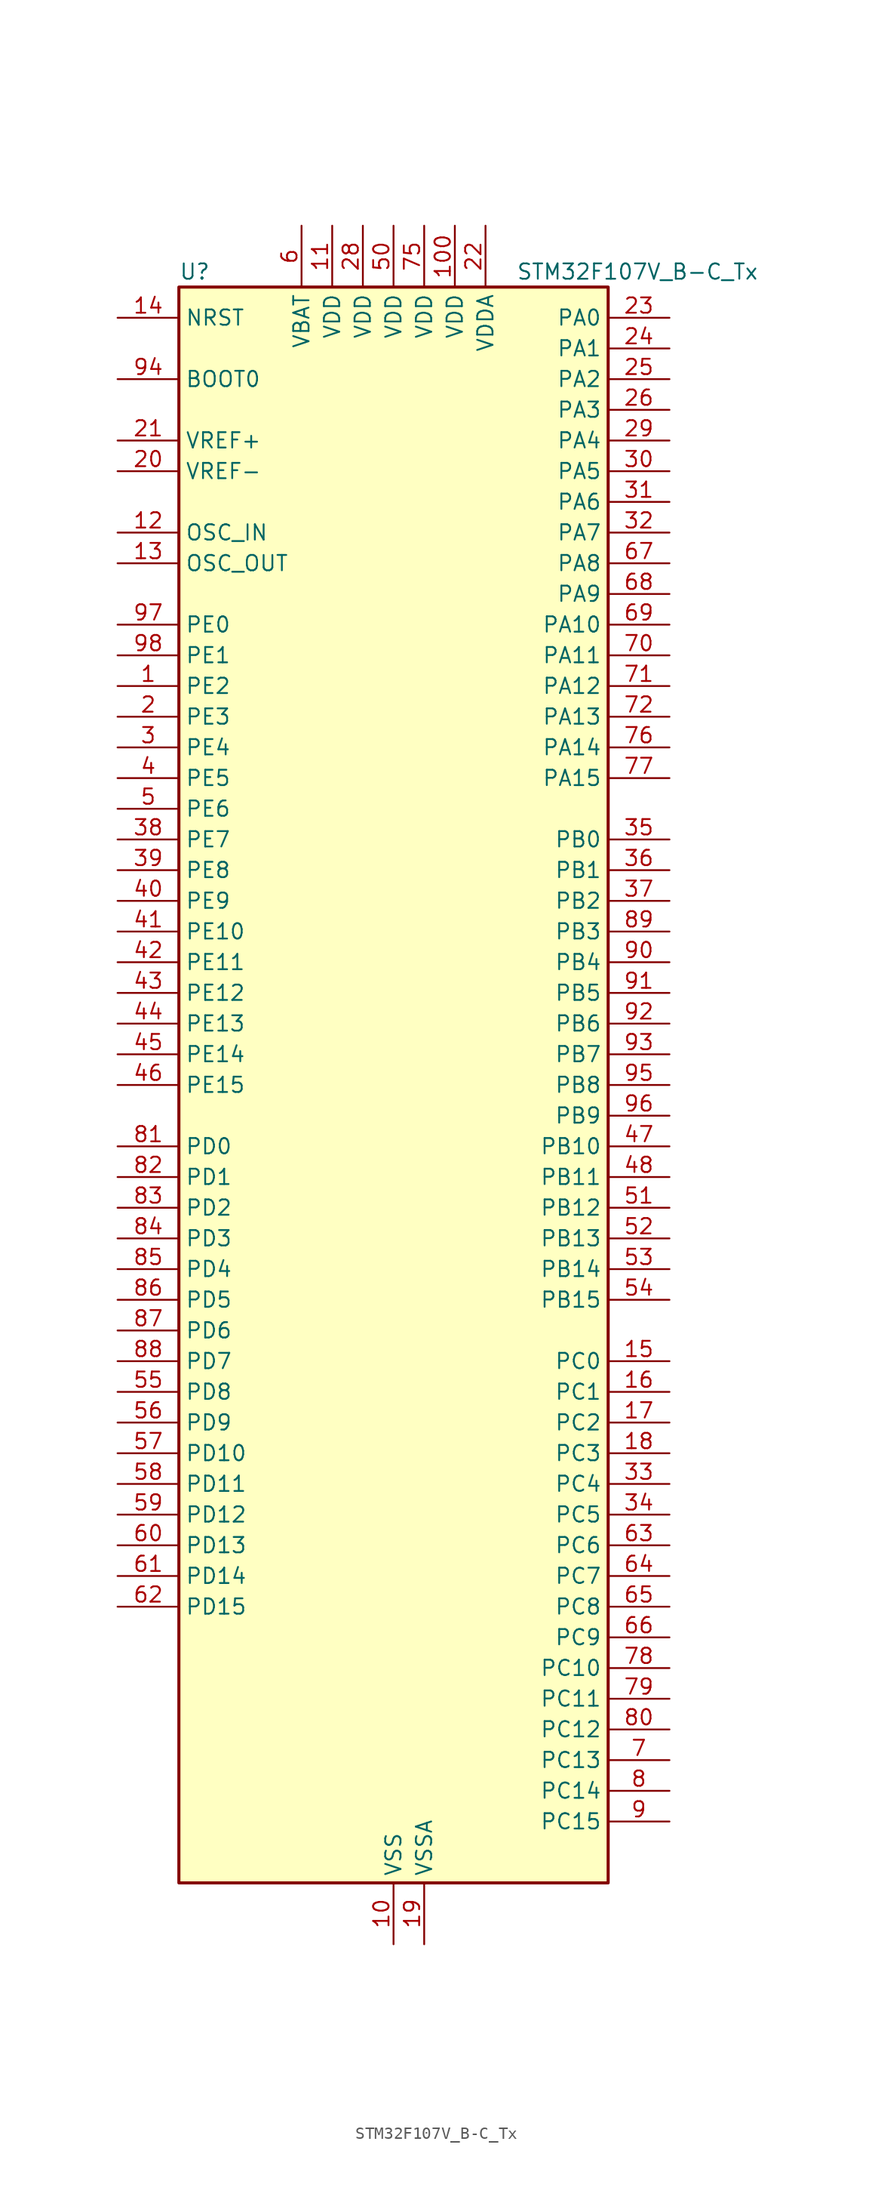
<source format=kicad_sym>
(kicad_symbol_lib
  (version 20220914)
  (generator kicad_symbol_editor)
  (symbol "STM32F107V_B-C_Tx"
    (property "Reference" "U"
      (at -17.78 67.31 0)
      (effects (font (size 1.27 1.27)) (justify left)))
    (property "Value" "STM32F107V_B-C_Tx"
      (at 10.16 67.31 0)
      (effects (font (size 1.27 1.27)) (justify left)))
    (property "ki_locked" ""
      (at 0 0 0)
      (effects (font (size 1.27 1.27))))
    (symbol "STM32F107V_B-C_Tx_0_1"
      (rectangle (start -17.78 -66.04) (end 17.78 66.04) (stroke (width 0.254) (type default)) (fill (type background))))
    (symbol "STM32F107V_B-C_Tx_1_1"
      (pin bidirectional line (at -22.86 33.02 0) (length 5.08) (name "PE2" (effects (font (size 1.27 1.27)))) (number "1" (effects (font (size 1.27 1.27)))) (alternate "SYS_TRACECLK" bidirectional line))
      (pin power_in line (at 0 -71.12 90) (length 5.08) (name "VSS" (effects (font (size 1.27 1.27)))) (number "10" (effects (font (size 1.27 1.27)))))
      (pin power_in line (at 5.08 71.12 270) (length 5.08) (name "VDD" (effects (font (size 1.27 1.27)))) (number "100" (effects (font (size 1.27 1.27)))))
      (pin power_in line (at -5.08 71.12 270) (length 5.08) (name "VDD" (effects (font (size 1.27 1.27)))) (number "11" (effects (font (size 1.27 1.27)))))
      (pin input line (at -22.86 45.72 0) (length 5.08) (name "OSC_IN" (effects (font (size 1.27 1.27)))) (number "12" (effects (font (size 1.27 1.27)))) (alternate "RCC_OSC_IN" bidirectional line))
      (pin input line (at -22.86 43.18 0) (length 5.08) (name "OSC_OUT" (effects (font (size 1.27 1.27)))) (number "13" (effects (font (size 1.27 1.27)))) (alternate "RCC_OSC_OUT" bidirectional line))
      (pin input line (at -22.86 63.5 0) (length 5.08) (name "NRST" (effects (font (size 1.27 1.27)))) (number "14" (effects (font (size 1.27 1.27)))))
      (pin bidirectional line (at 22.86 -22.86 180) (length 5.08) (name "PC0" (effects (font (size 1.27 1.27)))) (number "15" (effects (font (size 1.27 1.27)))) (alternate "ADC1_IN10" bidirectional line) (alternate "ADC2_IN10" bidirectional line))
      (pin bidirectional line (at 22.86 -25.4 180) (length 5.08) (name "PC1" (effects (font (size 1.27 1.27)))) (number "16" (effects (font (size 1.27 1.27)))) (alternate "ADC1_IN11" bidirectional line) (alternate "ADC2_IN11" bidirectional line) (alternate "ETH_MDC" bidirectional line))
      (pin bidirectional line (at 22.86 -27.94 180) (length 5.08) (name "PC2" (effects (font (size 1.27 1.27)))) (number "17" (effects (font (size 1.27 1.27)))) (alternate "ADC1_IN12" bidirectional line) (alternate "ADC2_IN12" bidirectional line) (alternate "ETH_TXD2" bidirectional line))
      (pin bidirectional line (at 22.86 -30.48 180) (length 5.08) (name "PC3" (effects (font (size 1.27 1.27)))) (number "18" (effects (font (size 1.27 1.27)))) (alternate "ADC1_IN13" bidirectional line) (alternate "ADC2_IN13" bidirectional line) (alternate "ETH_TX_CLK" bidirectional line))
      (pin power_in line (at 2.54 -71.12 90) (length 5.08) (name "VSSA" (effects (font (size 1.27 1.27)))) (number "19" (effects (font (size 1.27 1.27)))))
      (pin bidirectional line (at -22.86 30.48 0) (length 5.08) (name "PE3" (effects (font (size 1.27 1.27)))) (number "2" (effects (font (size 1.27 1.27)))) (alternate "SYS_TRACED0" bidirectional line))
      (pin input line (at -22.86 50.8 0) (length 5.08) (name "VREF-" (effects (font (size 1.27 1.27)))) (number "20" (effects (font (size 1.27 1.27)))))
      (pin input line (at -22.86 53.34 0) (length 5.08) (name "VREF+" (effects (font (size 1.27 1.27)))) (number "21" (effects (font (size 1.27 1.27)))))
      (pin power_in line (at 7.62 71.12 270) (length 5.08) (name "VDDA" (effects (font (size 1.27 1.27)))) (number "22" (effects (font (size 1.27 1.27)))))
      (pin bidirectional line (at 22.86 63.5 180) (length 5.08) (name "PA0" (effects (font (size 1.27 1.27)))) (number "23" (effects (font (size 1.27 1.27)))) (alternate "ADC1_IN0" bidirectional line) (alternate "ADC2_IN0" bidirectional line) (alternate "ETH_CRS" bidirectional line) (alternate "SYS_WKUP" bidirectional line) (alternate "TIM2_CH1" bidirectional line) (alternate "TIM2_ETR" bidirectional line) (alternate "TIM5_CH1" bidirectional line) (alternate "USART2_CTS" bidirectional line))
      (pin bidirectional line (at 22.86 60.96 180) (length 5.08) (name "PA1" (effects (font (size 1.27 1.27)))) (number "24" (effects (font (size 1.27 1.27)))) (alternate "ADC1_IN1" bidirectional line) (alternate "ADC2_IN1" bidirectional line) (alternate "ETH_REF_CLK" bidirectional line) (alternate "ETH_RX_CLK" bidirectional line) (alternate "TIM2_CH2" bidirectional line) (alternate "TIM5_CH2" bidirectional line) (alternate "USART2_RTS" bidirectional line))
      (pin bidirectional line (at 22.86 58.42 180) (length 5.08) (name "PA2" (effects (font (size 1.27 1.27)))) (number "25" (effects (font (size 1.27 1.27)))) (alternate "ADC1_IN2" bidirectional line) (alternate "ADC2_IN2" bidirectional line) (alternate "ETH_MDIO" bidirectional line) (alternate "TIM2_CH3" bidirectional line) (alternate "TIM5_CH3" bidirectional line) (alternate "USART2_TX" bidirectional line))
      (pin bidirectional line (at 22.86 55.88 180) (length 5.08) (name "PA3" (effects (font (size 1.27 1.27)))) (number "26" (effects (font (size 1.27 1.27)))) (alternate "ADC1_IN3" bidirectional line) (alternate "ADC2_IN3" bidirectional line) (alternate "ETH_COL" bidirectional line) (alternate "TIM2_CH4" bidirectional line) (alternate "TIM5_CH4" bidirectional line) (alternate "USART2_RX" bidirectional line))
      (pin passive line (at 0 -71.12 90) (length 5.08) hide (name "VSS" (effects (font (size 1.27 1.27)))) (number "27" (effects (font (size 1.27 1.27)))))
      (pin power_in line (at -2.54 71.12 270) (length 5.08) (name "VDD" (effects (font (size 1.27 1.27)))) (number "28" (effects (font (size 1.27 1.27)))))
      (pin bidirectional line (at 22.86 53.34 180) (length 5.08) (name "PA4" (effects (font (size 1.27 1.27)))) (number "29" (effects (font (size 1.27 1.27)))) (alternate "ADC1_IN4" bidirectional line) (alternate "ADC2_IN4" bidirectional line) (alternate "DAC_OUT1" bidirectional line) (alternate "I2S3_WS" bidirectional line) (alternate "SPI1_NSS" bidirectional line) (alternate "SPI3_NSS" bidirectional line) (alternate "USART2_CK" bidirectional line))
      (pin bidirectional line (at -22.86 27.94 0) (length 5.08) (name "PE4" (effects (font (size 1.27 1.27)))) (number "3" (effects (font (size 1.27 1.27)))) (alternate "SYS_TRACED1" bidirectional line))
      (pin bidirectional line (at 22.86 50.8 180) (length 5.08) (name "PA5" (effects (font (size 1.27 1.27)))) (number "30" (effects (font (size 1.27 1.27)))) (alternate "ADC1_IN5" bidirectional line) (alternate "ADC2_IN5" bidirectional line) (alternate "DAC_OUT2" bidirectional line) (alternate "SPI1_SCK" bidirectional line))
      (pin bidirectional line (at 22.86 48.26 180) (length 5.08) (name "PA6" (effects (font (size 1.27 1.27)))) (number "31" (effects (font (size 1.27 1.27)))) (alternate "ADC1_IN6" bidirectional line) (alternate "ADC2_IN6" bidirectional line) (alternate "SPI1_MISO" bidirectional line) (alternate "TIM1_BKIN" bidirectional line) (alternate "TIM3_CH1" bidirectional line))
      (pin bidirectional line (at 22.86 45.72 180) (length 5.08) (name "PA7" (effects (font (size 1.27 1.27)))) (number "32" (effects (font (size 1.27 1.27)))) (alternate "ADC1_IN7" bidirectional line) (alternate "ADC2_IN7" bidirectional line) (alternate "ETH_CRS_DV" bidirectional line) (alternate "ETH_RX_DV" bidirectional line) (alternate "SPI1_MOSI" bidirectional line) (alternate "TIM1_CH1N" bidirectional line) (alternate "TIM3_CH2" bidirectional line))
      (pin bidirectional line (at 22.86 -33.02 180) (length 5.08) (name "PC4" (effects (font (size 1.27 1.27)))) (number "33" (effects (font (size 1.27 1.27)))) (alternate "ADC1_IN14" bidirectional line) (alternate "ADC2_IN14" bidirectional line) (alternate "ETH_RXD0" bidirectional line))
      (pin bidirectional line (at 22.86 -35.56 180) (length 5.08) (name "PC5" (effects (font (size 1.27 1.27)))) (number "34" (effects (font (size 1.27 1.27)))) (alternate "ADC1_IN15" bidirectional line) (alternate "ADC2_IN15" bidirectional line) (alternate "ETH_RXD1" bidirectional line))
      (pin bidirectional line (at 22.86 20.32 180) (length 5.08) (name "PB0" (effects (font (size 1.27 1.27)))) (number "35" (effects (font (size 1.27 1.27)))) (alternate "ADC1_IN8" bidirectional line) (alternate "ADC2_IN8" bidirectional line) (alternate "ETH_RXD2" bidirectional line) (alternate "TIM1_CH2N" bidirectional line) (alternate "TIM3_CH3" bidirectional line))
      (pin bidirectional line (at 22.86 17.78 180) (length 5.08) (name "PB1" (effects (font (size 1.27 1.27)))) (number "36" (effects (font (size 1.27 1.27)))) (alternate "ADC1_IN9" bidirectional line) (alternate "ADC2_IN9" bidirectional line) (alternate "ETH_RXD3" bidirectional line) (alternate "TIM1_CH3N" bidirectional line) (alternate "TIM3_CH4" bidirectional line))
      (pin bidirectional line (at 22.86 15.24 180) (length 5.08) (name "PB2" (effects (font (size 1.27 1.27)))) (number "37" (effects (font (size 1.27 1.27)))))
      (pin bidirectional line (at -22.86 20.32 0) (length 5.08) (name "PE7" (effects (font (size 1.27 1.27)))) (number "38" (effects (font (size 1.27 1.27)))) (alternate "TIM1_ETR" bidirectional line))
      (pin bidirectional line (at -22.86 17.78 0) (length 5.08) (name "PE8" (effects (font (size 1.27 1.27)))) (number "39" (effects (font (size 1.27 1.27)))) (alternate "TIM1_CH1N" bidirectional line))
      (pin bidirectional line (at -22.86 25.4 0) (length 5.08) (name "PE5" (effects (font (size 1.27 1.27)))) (number "4" (effects (font (size 1.27 1.27)))) (alternate "SYS_TRACED2" bidirectional line))
      (pin bidirectional line (at -22.86 15.24 0) (length 5.08) (name "PE9" (effects (font (size 1.27 1.27)))) (number "40" (effects (font (size 1.27 1.27)))) (alternate "DAC_EXTI9" bidirectional line) (alternate "TIM1_CH1" bidirectional line))
      (pin bidirectional line (at -22.86 12.7 0) (length 5.08) (name "PE10" (effects (font (size 1.27 1.27)))) (number "41" (effects (font (size 1.27 1.27)))) (alternate "TIM1_CH2N" bidirectional line))
      (pin bidirectional line (at -22.86 10.16 0) (length 5.08) (name "PE11" (effects (font (size 1.27 1.27)))) (number "42" (effects (font (size 1.27 1.27)))) (alternate "ADC1_EXTI11" bidirectional line) (alternate "ADC2_EXTI11" bidirectional line) (alternate "TIM1_CH2" bidirectional line))
      (pin bidirectional line (at -22.86 7.62 0) (length 5.08) (name "PE12" (effects (font (size 1.27 1.27)))) (number "43" (effects (font (size 1.27 1.27)))) (alternate "TIM1_CH3N" bidirectional line))
      (pin bidirectional line (at -22.86 5.08 0) (length 5.08) (name "PE13" (effects (font (size 1.27 1.27)))) (number "44" (effects (font (size 1.27 1.27)))) (alternate "TIM1_CH3" bidirectional line))
      (pin bidirectional line (at -22.86 2.54 0) (length 5.08) (name "PE14" (effects (font (size 1.27 1.27)))) (number "45" (effects (font (size 1.27 1.27)))) (alternate "TIM1_CH4" bidirectional line))
      (pin bidirectional line (at -22.86 0 0) (length 5.08) (name "PE15" (effects (font (size 1.27 1.27)))) (number "46" (effects (font (size 1.27 1.27)))) (alternate "ADC1_EXTI15" bidirectional line) (alternate "ADC2_EXTI15" bidirectional line) (alternate "TIM1_BKIN" bidirectional line))
      (pin bidirectional line (at 22.86 -5.08 180) (length 5.08) (name "PB10" (effects (font (size 1.27 1.27)))) (number "47" (effects (font (size 1.27 1.27)))) (alternate "ETH_RX_ER" bidirectional line) (alternate "TIM2_CH3" bidirectional line) (alternate "USART3_TX" bidirectional line))
      (pin bidirectional line (at 22.86 -7.62 180) (length 5.08) (name "PB11" (effects (font (size 1.27 1.27)))) (number "48" (effects (font (size 1.27 1.27)))) (alternate "ADC1_EXTI11" bidirectional line) (alternate "ADC2_EXTI11" bidirectional line) (alternate "ETH_TX_EN" bidirectional line) (alternate "TIM2_CH4" bidirectional line) (alternate "USART3_RX" bidirectional line))
      (pin passive line (at 0 -71.12 90) (length 5.08) hide (name "VSS" (effects (font (size 1.27 1.27)))) (number "49" (effects (font (size 1.27 1.27)))))
      (pin bidirectional line (at -22.86 22.86 0) (length 5.08) (name "PE6" (effects (font (size 1.27 1.27)))) (number "5" (effects (font (size 1.27 1.27)))) (alternate "SYS_TRACED3" bidirectional line))
      (pin power_in line (at 0 71.12 270) (length 5.08) (name "VDD" (effects (font (size 1.27 1.27)))) (number "50" (effects (font (size 1.27 1.27)))))
      (pin bidirectional line (at 22.86 -10.16 180) (length 5.08) (name "PB12" (effects (font (size 1.27 1.27)))) (number "51" (effects (font (size 1.27 1.27)))) (alternate "CAN2_RX" bidirectional line) (alternate "ETH_TXD0" bidirectional line) (alternate "I2S2_WS" bidirectional line) (alternate "SPI2_NSS" bidirectional line) (alternate "TIM1_BKIN" bidirectional line) (alternate "USART3_CK" bidirectional line))
      (pin bidirectional line (at 22.86 -12.7 180) (length 5.08) (name "PB13" (effects (font (size 1.27 1.27)))) (number "52" (effects (font (size 1.27 1.27)))) (alternate "CAN2_TX" bidirectional line) (alternate "ETH_TXD1" bidirectional line) (alternate "I2S2_CK" bidirectional line) (alternate "SPI2_SCK" bidirectional line) (alternate "TIM1_CH1N" bidirectional line) (alternate "USART3_CTS" bidirectional line))
      (pin bidirectional line (at 22.86 -15.24 180) (length 5.08) (name "PB14" (effects (font (size 1.27 1.27)))) (number "53" (effects (font (size 1.27 1.27)))) (alternate "SPI2_MISO" bidirectional line) (alternate "TIM1_CH2N" bidirectional line) (alternate "USART3_RTS" bidirectional line))
      (pin bidirectional line (at 22.86 -17.78 180) (length 5.08) (name "PB15" (effects (font (size 1.27 1.27)))) (number "54" (effects (font (size 1.27 1.27)))) (alternate "ADC1_EXTI15" bidirectional line) (alternate "ADC2_EXTI15" bidirectional line) (alternate "I2S2_SD" bidirectional line) (alternate "SPI2_MOSI" bidirectional line) (alternate "TIM1_CH3N" bidirectional line))
      (pin bidirectional line (at -22.86 -25.4 0) (length 5.08) (name "PD8" (effects (font (size 1.27 1.27)))) (number "55" (effects (font (size 1.27 1.27)))) (alternate "ETH_CRS_DV" bidirectional line) (alternate "ETH_RX_DV" bidirectional line) (alternate "USART3_TX" bidirectional line))
      (pin bidirectional line (at -22.86 -27.94 0) (length 5.08) (name "PD9" (effects (font (size 1.27 1.27)))) (number "56" (effects (font (size 1.27 1.27)))) (alternate "DAC_EXTI9" bidirectional line) (alternate "ETH_RXD0" bidirectional line) (alternate "USART3_RX" bidirectional line))
      (pin bidirectional line (at -22.86 -30.48 0) (length 5.08) (name "PD10" (effects (font (size 1.27 1.27)))) (number "57" (effects (font (size 1.27 1.27)))) (alternate "ETH_RXD1" bidirectional line) (alternate "USART3_CK" bidirectional line))
      (pin bidirectional line (at -22.86 -33.02 0) (length 5.08) (name "PD11" (effects (font (size 1.27 1.27)))) (number "58" (effects (font (size 1.27 1.27)))) (alternate "ADC1_EXTI11" bidirectional line) (alternate "ADC2_EXTI11" bidirectional line) (alternate "ETH_RXD2" bidirectional line) (alternate "USART3_CTS" bidirectional line))
      (pin bidirectional line (at -22.86 -35.56 0) (length 5.08) (name "PD12" (effects (font (size 1.27 1.27)))) (number "59" (effects (font (size 1.27 1.27)))) (alternate "ETH_RXD3" bidirectional line) (alternate "TIM4_CH1" bidirectional line) (alternate "USART3_RTS" bidirectional line))
      (pin power_in line (at -7.62 71.12 270) (length 5.08) (name "VBAT" (effects (font (size 1.27 1.27)))) (number "6" (effects (font (size 1.27 1.27)))))
      (pin bidirectional line (at -22.86 -38.1 0) (length 5.08) (name "PD13" (effects (font (size 1.27 1.27)))) (number "60" (effects (font (size 1.27 1.27)))) (alternate "TIM4_CH2" bidirectional line))
      (pin bidirectional line (at -22.86 -40.64 0) (length 5.08) (name "PD14" (effects (font (size 1.27 1.27)))) (number "61" (effects (font (size 1.27 1.27)))) (alternate "TIM4_CH3" bidirectional line))
      (pin bidirectional line (at -22.86 -43.18 0) (length 5.08) (name "PD15" (effects (font (size 1.27 1.27)))) (number "62" (effects (font (size 1.27 1.27)))) (alternate "ADC1_EXTI15" bidirectional line) (alternate "ADC2_EXTI15" bidirectional line) (alternate "TIM4_CH4" bidirectional line))
      (pin bidirectional line (at 22.86 -38.1 180) (length 5.08) (name "PC6" (effects (font (size 1.27 1.27)))) (number "63" (effects (font (size 1.27 1.27)))) (alternate "I2S2_MCK" bidirectional line) (alternate "TIM3_CH1" bidirectional line))
      (pin bidirectional line (at 22.86 -40.64 180) (length 5.08) (name "PC7" (effects (font (size 1.27 1.27)))) (number "64" (effects (font (size 1.27 1.27)))) (alternate "I2S3_MCK" bidirectional line) (alternate "TIM3_CH2" bidirectional line))
      (pin bidirectional line (at 22.86 -43.18 180) (length 5.08) (name "PC8" (effects (font (size 1.27 1.27)))) (number "65" (effects (font (size 1.27 1.27)))) (alternate "TIM3_CH3" bidirectional line))
      (pin bidirectional line (at 22.86 -45.72 180) (length 5.08) (name "PC9" (effects (font (size 1.27 1.27)))) (number "66" (effects (font (size 1.27 1.27)))) (alternate "DAC_EXTI9" bidirectional line) (alternate "TIM3_CH4" bidirectional line))
      (pin bidirectional line (at 22.86 43.18 180) (length 5.08) (name "PA8" (effects (font (size 1.27 1.27)))) (number "67" (effects (font (size 1.27 1.27)))) (alternate "RCC_MCO" bidirectional line) (alternate "TIM1_CH1" bidirectional line) (alternate "USART1_CK" bidirectional line) (alternate "USB_OTG_FS_SOF" bidirectional line))
      (pin bidirectional line (at 22.86 40.64 180) (length 5.08) (name "PA9" (effects (font (size 1.27 1.27)))) (number "68" (effects (font (size 1.27 1.27)))) (alternate "DAC_EXTI9" bidirectional line) (alternate "TIM1_CH2" bidirectional line) (alternate "USART1_TX" bidirectional line) (alternate "USB_OTG_FS_VBUS" bidirectional line))
      (pin bidirectional line (at 22.86 38.1 180) (length 5.08) (name "PA10" (effects (font (size 1.27 1.27)))) (number "69" (effects (font (size 1.27 1.27)))) (alternate "TIM1_CH3" bidirectional line) (alternate "USART1_RX" bidirectional line) (alternate "USB_OTG_FS_ID" bidirectional line))
      (pin bidirectional line (at 22.86 -55.88 180) (length 5.08) (name "PC13" (effects (font (size 1.27 1.27)))) (number "7" (effects (font (size 1.27 1.27)))) (alternate "RTC_OUT" bidirectional line) (alternate "RTC_TAMPER" bidirectional line))
      (pin bidirectional line (at 22.86 35.56 180) (length 5.08) (name "PA11" (effects (font (size 1.27 1.27)))) (number "70" (effects (font (size 1.27 1.27)))) (alternate "ADC1_EXTI11" bidirectional line) (alternate "ADC2_EXTI11" bidirectional line) (alternate "CAN1_RX" bidirectional line) (alternate "TIM1_CH4" bidirectional line) (alternate "USART1_CTS" bidirectional line) (alternate "USB_OTG_FS_DM" bidirectional line))
      (pin bidirectional line (at 22.86 33.02 180) (length 5.08) (name "PA12" (effects (font (size 1.27 1.27)))) (number "71" (effects (font (size 1.27 1.27)))) (alternate "CAN1_TX" bidirectional line) (alternate "TIM1_ETR" bidirectional line) (alternate "USART1_RTS" bidirectional line) (alternate "USB_OTG_FS_DP" bidirectional line))
      (pin bidirectional line (at 22.86 30.48 180) (length 5.08) (name "PA13" (effects (font (size 1.27 1.27)))) (number "72" (effects (font (size 1.27 1.27)))) (alternate "SYS_JTMS-SWDIO" bidirectional line))
      (pin no_connect line (at -17.78 -66.04 0) (length 5.08) hide (name "NC" (effects (font (size 1.27 1.27)))) (number "73" (effects (font (size 1.27 1.27)))))
      (pin passive line (at 0 -71.12 90) (length 5.08) hide (name "VSS" (effects (font (size 1.27 1.27)))) (number "74" (effects (font (size 1.27 1.27)))))
      (pin power_in line (at 2.54 71.12 270) (length 5.08) (name "VDD" (effects (font (size 1.27 1.27)))) (number "75" (effects (font (size 1.27 1.27)))))
      (pin bidirectional line (at 22.86 27.94 180) (length 5.08) (name "PA14" (effects (font (size 1.27 1.27)))) (number "76" (effects (font (size 1.27 1.27)))) (alternate "SYS_JTCK-SWCLK" bidirectional line))
      (pin bidirectional line (at 22.86 25.4 180) (length 5.08) (name "PA15" (effects (font (size 1.27 1.27)))) (number "77" (effects (font (size 1.27 1.27)))) (alternate "ADC1_EXTI15" bidirectional line) (alternate "ADC2_EXTI15" bidirectional line) (alternate "I2S3_WS" bidirectional line) (alternate "SPI1_NSS" bidirectional line) (alternate "SPI3_NSS" bidirectional line) (alternate "SYS_JTDI" bidirectional line) (alternate "TIM2_CH1" bidirectional line) (alternate "TIM2_ETR" bidirectional line))
      (pin bidirectional line (at 22.86 -48.26 180) (length 5.08) (name "PC10" (effects (font (size 1.27 1.27)))) (number "78" (effects (font (size 1.27 1.27)))) (alternate "I2S3_CK" bidirectional line) (alternate "SPI3_SCK" bidirectional line) (alternate "UART4_TX" bidirectional line) (alternate "USART3_TX" bidirectional line))
      (pin bidirectional line (at 22.86 -50.8 180) (length 5.08) (name "PC11" (effects (font (size 1.27 1.27)))) (number "79" (effects (font (size 1.27 1.27)))) (alternate "ADC1_EXTI11" bidirectional line) (alternate "ADC2_EXTI11" bidirectional line) (alternate "SPI3_MISO" bidirectional line) (alternate "UART4_RX" bidirectional line) (alternate "USART3_RX" bidirectional line))
      (pin bidirectional line (at 22.86 -58.42 180) (length 5.08) (name "PC14" (effects (font (size 1.27 1.27)))) (number "8" (effects (font (size 1.27 1.27)))) (alternate "RCC_OSC32_IN" bidirectional line))
      (pin bidirectional line (at 22.86 -53.34 180) (length 5.08) (name "PC12" (effects (font (size 1.27 1.27)))) (number "80" (effects (font (size 1.27 1.27)))) (alternate "I2S3_SD" bidirectional line) (alternate "SPI3_MOSI" bidirectional line) (alternate "UART5_TX" bidirectional line) (alternate "USART3_CK" bidirectional line))
      (pin bidirectional line (at -22.86 -5.08 0) (length 5.08) (name "PD0" (effects (font (size 1.27 1.27)))) (number "81" (effects (font (size 1.27 1.27)))) (alternate "CAN1_RX" bidirectional line))
      (pin bidirectional line (at -22.86 -7.62 0) (length 5.08) (name "PD1" (effects (font (size 1.27 1.27)))) (number "82" (effects (font (size 1.27 1.27)))) (alternate "CAN1_TX" bidirectional line))
      (pin bidirectional line (at -22.86 -10.16 0) (length 5.08) (name "PD2" (effects (font (size 1.27 1.27)))) (number "83" (effects (font (size 1.27 1.27)))) (alternate "TIM3_ETR" bidirectional line) (alternate "UART5_RX" bidirectional line))
      (pin bidirectional line (at -22.86 -12.7 0) (length 5.08) (name "PD3" (effects (font (size 1.27 1.27)))) (number "84" (effects (font (size 1.27 1.27)))) (alternate "USART2_CTS" bidirectional line))
      (pin bidirectional line (at -22.86 -15.24 0) (length 5.08) (name "PD4" (effects (font (size 1.27 1.27)))) (number "85" (effects (font (size 1.27 1.27)))) (alternate "USART2_RTS" bidirectional line))
      (pin bidirectional line (at -22.86 -17.78 0) (length 5.08) (name "PD5" (effects (font (size 1.27 1.27)))) (number "86" (effects (font (size 1.27 1.27)))) (alternate "USART2_TX" bidirectional line))
      (pin bidirectional line (at -22.86 -20.32 0) (length 5.08) (name "PD6" (effects (font (size 1.27 1.27)))) (number "87" (effects (font (size 1.27 1.27)))) (alternate "USART2_RX" bidirectional line))
      (pin bidirectional line (at -22.86 -22.86 0) (length 5.08) (name "PD7" (effects (font (size 1.27 1.27)))) (number "88" (effects (font (size 1.27 1.27)))) (alternate "USART2_CK" bidirectional line))
      (pin bidirectional line (at 22.86 12.7 180) (length 5.08) (name "PB3" (effects (font (size 1.27 1.27)))) (number "89" (effects (font (size 1.27 1.27)))) (alternate "I2S3_CK" bidirectional line) (alternate "SPI1_SCK" bidirectional line) (alternate "SPI3_SCK" bidirectional line) (alternate "SYS_JTDO" bidirectional line) (alternate "SYS_TRACESWO" bidirectional line) (alternate "TIM2_CH2" bidirectional line))
      (pin bidirectional line (at 22.86 -60.96 180) (length 5.08) (name "PC15" (effects (font (size 1.27 1.27)))) (number "9" (effects (font (size 1.27 1.27)))) (alternate "ADC1_EXTI15" bidirectional line) (alternate "ADC2_EXTI15" bidirectional line) (alternate "RCC_OSC32_OUT" bidirectional line))
      (pin bidirectional line (at 22.86 10.16 180) (length 5.08) (name "PB4" (effects (font (size 1.27 1.27)))) (number "90" (effects (font (size 1.27 1.27)))) (alternate "SPI1_MISO" bidirectional line) (alternate "SPI3_MISO" bidirectional line) (alternate "SYS_NJTRST" bidirectional line) (alternate "TIM3_CH1" bidirectional line))
      (pin bidirectional line (at 22.86 7.62 180) (length 5.08) (name "PB5" (effects (font (size 1.27 1.27)))) (number "91" (effects (font (size 1.27 1.27)))) (alternate "CAN2_RX" bidirectional line) (alternate "ETH_PPS_OUT" bidirectional line) (alternate "I2C1_SMBA" bidirectional line) (alternate "I2S3_SD" bidirectional line) (alternate "SPI1_MOSI" bidirectional line) (alternate "SPI3_MOSI" bidirectional line) (alternate "TIM3_CH2" bidirectional line))
      (pin bidirectional line (at 22.86 5.08 180) (length 5.08) (name "PB6" (effects (font (size 1.27 1.27)))) (number "92" (effects (font (size 1.27 1.27)))) (alternate "CAN2_TX" bidirectional line) (alternate "I2C1_SCL" bidirectional line) (alternate "TIM4_CH1" bidirectional line) (alternate "USART1_TX" bidirectional line))
      (pin bidirectional line (at 22.86 2.54 180) (length 5.08) (name "PB7" (effects (font (size 1.27 1.27)))) (number "93" (effects (font (size 1.27 1.27)))) (alternate "I2C1_SDA" bidirectional line) (alternate "TIM4_CH2" bidirectional line) (alternate "USART1_RX" bidirectional line))
      (pin input line (at -22.86 58.42 0) (length 5.08) (name "BOOT0" (effects (font (size 1.27 1.27)))) (number "94" (effects (font (size 1.27 1.27)))))
      (pin bidirectional line (at 22.86 0 180) (length 5.08) (name "PB8" (effects (font (size 1.27 1.27)))) (number "95" (effects (font (size 1.27 1.27)))) (alternate "CAN1_RX" bidirectional line) (alternate "ETH_TXD3" bidirectional line) (alternate "I2C1_SCL" bidirectional line) (alternate "TIM4_CH3" bidirectional line))
      (pin bidirectional line (at 22.86 -2.54 180) (length 5.08) (name "PB9" (effects (font (size 1.27 1.27)))) (number "96" (effects (font (size 1.27 1.27)))) (alternate "CAN1_TX" bidirectional line) (alternate "DAC_EXTI9" bidirectional line) (alternate "I2C1_SDA" bidirectional line) (alternate "TIM4_CH4" bidirectional line))
      (pin bidirectional line (at -22.86 38.1 0) (length 5.08) (name "PE0" (effects (font (size 1.27 1.27)))) (number "97" (effects (font (size 1.27 1.27)))) (alternate "TIM4_ETR" bidirectional line))
      (pin bidirectional line (at -22.86 35.56 0) (length 5.08) (name "PE1" (effects (font (size 1.27 1.27)))) (number "98" (effects (font (size 1.27 1.27)))))
      (pin passive line (at 0 -71.12 90) (length 5.08) hide (name "VSS" (effects (font (size 1.27 1.27)))) (number "99" (effects (font (size 1.27 1.27))))))))
</source>
